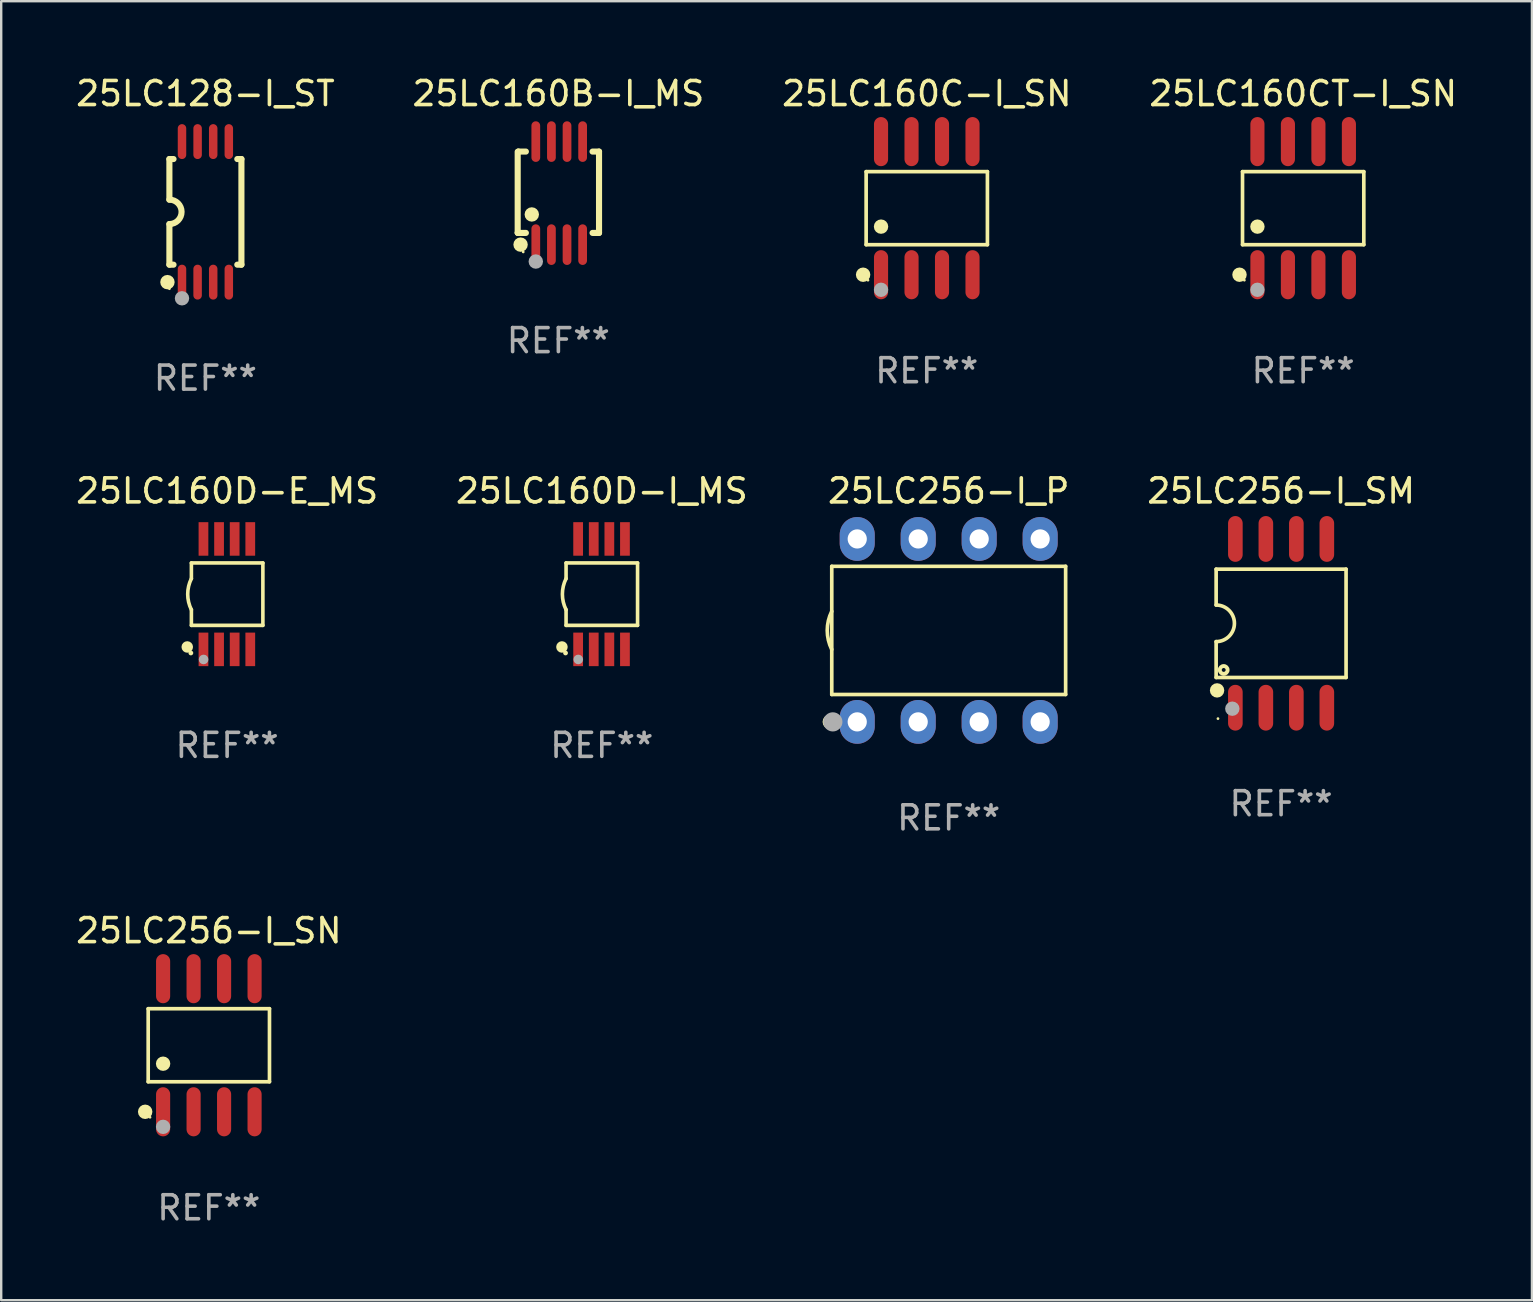
<source format=kicad_pcb>
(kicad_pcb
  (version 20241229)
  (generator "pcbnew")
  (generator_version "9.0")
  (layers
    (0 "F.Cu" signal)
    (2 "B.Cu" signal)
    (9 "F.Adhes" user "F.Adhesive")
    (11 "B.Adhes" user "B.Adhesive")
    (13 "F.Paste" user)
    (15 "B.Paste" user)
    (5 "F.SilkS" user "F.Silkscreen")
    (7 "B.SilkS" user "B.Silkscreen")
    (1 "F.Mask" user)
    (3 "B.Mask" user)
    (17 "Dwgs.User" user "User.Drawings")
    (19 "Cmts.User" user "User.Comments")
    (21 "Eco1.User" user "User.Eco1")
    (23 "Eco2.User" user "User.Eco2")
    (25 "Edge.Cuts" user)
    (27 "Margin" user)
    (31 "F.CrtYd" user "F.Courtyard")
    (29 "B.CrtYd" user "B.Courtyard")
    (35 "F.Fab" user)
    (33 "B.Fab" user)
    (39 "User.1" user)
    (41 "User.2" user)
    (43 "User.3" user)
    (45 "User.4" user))
  (footprint "25LC256-I_SM"
    (layer "F.Cu")
    (at 50.313 22.914)
    (property "Reference" "25LC256-I_SM" (at 0 -5.515 0) (layer "F.SilkS") (effects (font (size 1 1) (thickness 0.15))))
    (attr through_hole)
    (fp_line (start -2.706 -2.256) (end 2.706 -2.256) (stroke (width 0.152) (type solid)) (layer "F.SilkS"))
    (fp_line (start -2.706 -0.762) (end -2.706 -2.256) (stroke (width 0.152) (type solid)) (layer "F.SilkS"))
    (fp_line (start -2.706 0.762) (end -2.706 2.256) (stroke (width 0.152) (type solid)) (layer "F.SilkS"))
    (fp_line (start 2.706 -2.256) (end 2.706 2.256) (stroke (width 0.152) (type solid)) (layer "F.SilkS"))
    (fp_line (start 2.706 2.256) (end -2.706 2.256) (stroke (width 0.152) (type solid)) (layer "F.SilkS"))
    (fp_arc (start -2.706198 -0.762002) (mid -1.944196 0) (end -2.706198 0.762002) (stroke (width 0.151994) (type solid)) (layer "F.SilkS"))
    (fp_circle (center -2.667 2.794) (end -2.517 2.794) (stroke (width 0.3) (type solid)) (fill no) (layer "F.SilkS"))
    (fp_circle (center -2.63 3.97) (end -2.6 3.97) (stroke (width 0.06) (type solid)) (fill no) (layer "F.SilkS"))
    (fp_circle (center -2.391 1.942) (end -2.31 1.942) (stroke (width 0.163) (type solid)) (fill no) (layer "F.SilkS"))
    (fp_circle (center -2.032 3.556) (end -1.882 3.556) (stroke (width 0.3) (type solid)) (fill no) (layer "F.Fab"))
    (fp_text user "REF**" (at 0 7.515 0) (layer "F.Fab") (effects (font (size 1 1) (thickness 0.15))))
    (pad "1" smd oval (at -1.905 3.515) (size 0.609 1.907) (layers "F.Cu" "F.Mask" "F.Paste"))
    (pad "2" smd oval (at -0.635 3.515) (size 0.609 1.907) (layers "F.Cu" "F.Mask" "F.Paste"))
    (pad "3" smd oval (at 0.635 3.515) (size 0.609 1.907) (layers "F.Cu" "F.Mask" "F.Paste"))
    (pad "4" smd oval (at 1.905 3.515) (size 0.609 1.907) (layers "F.Cu" "F.Mask" "F.Paste"))
    (pad "5" smd oval (at 1.905 -3.515) (size 0.609 1.907) (layers "F.Cu" "F.Mask" "F.Paste"))
    (pad "6" smd oval (at 0.635 -3.515) (size 0.609 1.907) (layers "F.Cu" "F.Mask" "F.Paste"))
    (pad "7" smd oval (at -0.635 -3.515) (size 0.609 1.907) (layers "F.Cu" "F.Mask" "F.Paste"))
    (pad "8" smd oval (at -1.905 -3.515) (size 0.609 1.907) (layers "F.Cu" "F.Mask" "F.Paste")))
  (footprint "25LC128-I_ST"
    (layer "F.Cu")
    (at 5.506 5.775)
    (property "Reference" "25LC128-I_ST" (at 0 -4.927 0) (layer "F.SilkS") (effects (font (size 1 1) (thickness 0.15))))
    (attr through_hole)
    (fp_line (start -1.5 -2.2) (end -1.5 -0.508) (stroke (width 0.254) (type solid)) (layer "F.SilkS"))
    (fp_line (start -1.5 -2.2) (end -1.328 -2.2) (stroke (width 0.254) (type solid)) (layer "F.SilkS"))
    (fp_line (start -1.5 2.2) (end -1.5 0.508) (stroke (width 0.254) (type solid)) (layer "F.SilkS"))
    (fp_line (start -1.5 2.2) (end -1.328 2.2) (stroke (width 0.254) (type solid)) (layer "F.SilkS"))
    (fp_line (start 1.328 -2.2) (end 1.5 -2.2) (stroke (width 0.254) (type solid)) (layer "F.SilkS"))
    (fp_line (start 1.328 2.2) (end 1.5 2.2) (stroke (width 0.254) (type solid)) (layer "F.SilkS"))
    (fp_line (start 1.5 -2.2) (end 1.5 2.2) (stroke (width 0.254) (type solid)) (layer "F.SilkS"))
    (fp_arc (start -1.501144 -0.508) (mid -0.993143 -0.000571) (end -1.5 0.508001) (stroke (width 0.254001) (type solid)) (layer "F.SilkS"))
    (fp_circle (center -1.581 2.927) (end -1.431 2.927) (stroke (width 0.3) (type solid)) (fill no) (layer "F.SilkS"))
    (fp_circle (center -1.5 3.2) (end -1.47 3.2) (stroke (width 0.06) (type solid)) (fill no) (layer "F.SilkS"))
    (fp_circle (center -0.975 3.6) (end -0.825 3.6) (stroke (width 0.3) (type solid)) (fill no) (layer "F.Fab"))
    (fp_text user "REF**" (at 0 6.927 0) (layer "F.Fab") (effects (font (size 1 1) (thickness 0.15))))
    (pad "1" smd oval (at -0.975 2.927) (size 0.353 1.454) (layers "F.Cu" "F.Mask" "F.Paste"))
    (pad "2" smd oval (at -0.325 2.927) (size 0.353 1.454) (layers "F.Cu" "F.Mask" "F.Paste"))
    (pad "3" smd oval (at 0.325 2.927) (size 0.353 1.454) (layers "F.Cu" "F.Mask" "F.Paste"))
    (pad "4" smd oval (at 0.975 2.927) (size 0.353 1.454) (layers "F.Cu" "F.Mask" "F.Paste"))
    (pad "5" smd oval (at 0.975 -2.927) (size 0.353 1.454) (layers "F.Cu" "F.Mask" "F.Paste"))
    (pad "6" smd oval (at 0.325 -2.927) (size 0.353 1.454) (layers "F.Cu" "F.Mask" "F.Paste"))
    (pad "7" smd oval (at -0.325 -2.927) (size 0.353 1.454) (layers "F.Cu" "F.Mask" "F.Paste"))
    (pad "8" smd oval (at -0.975 -2.927) (size 0.353 1.454) (layers "F.Cu" "F.Mask" "F.Paste")))
  (footprint "25LC256-I_SN"
    (layer "F.Cu")
    (at 5.649 40.488)
    (property "Reference" "25LC256-I_SN" (at 0 -4.772 0) (layer "F.SilkS") (effects (font (size 1 1) (thickness 0.15))))
    (attr through_hole)
    (fp_line (start -2.526 -1.521) (end 2.526 -1.521) (stroke (width 0.152) (type solid)) (layer "F.SilkS"))
    (fp_line (start -2.526 1.521) (end -2.526 -1.521) (stroke (width 0.152) (type solid)) (layer "F.SilkS"))
    (fp_line (start 2.526 -1.521) (end 2.526 1.521) (stroke (width 0.152) (type solid)) (layer "F.SilkS"))
    (fp_line (start 2.526 1.521) (end -2.526 1.521) (stroke (width 0.152) (type solid)) (layer "F.SilkS"))
    (fp_circle (center -2.652 2.772) (end -2.501 2.772) (stroke (width 0.3) (type solid)) (fill no) (layer "F.SilkS"))
    (fp_circle (center -2.45 3) (end -2.42 3) (stroke (width 0.06) (type solid)) (fill no) (layer "F.SilkS"))
    (fp_circle (center -1.905 0.769) (end -1.755 0.769) (stroke (width 0.3) (type solid)) (fill no) (layer "F.SilkS"))
    (fp_circle (center -1.905 3.4) (end -1.755 3.4) (stroke (width 0.3) (type solid)) (fill no) (layer "F.Fab"))
    (fp_text user "REF**" (at 0 6.772 0) (layer "F.Fab") (effects (font (size 1 1) (thickness 0.15))))
    (pad "1" smd oval (at -1.905 2.772) (size 0.588 2.045) (layers "F.Cu" "F.Mask" "F.Paste"))
    (pad "2" smd oval (at -0.635 2.772) (size 0.588 2.045) (layers "F.Cu" "F.Mask" "F.Paste"))
    (pad "3" smd oval (at 0.635 2.772) (size 0.588 2.045) (layers "F.Cu" "F.Mask" "F.Paste"))
    (pad "4" smd oval (at 1.905 2.772) (size 0.588 2.045) (layers "F.Cu" "F.Mask" "F.Paste"))
    (pad "5" smd oval (at 1.905 -2.772) (size 0.588 2.045) (layers "F.Cu" "F.Mask" "F.Paste"))
    (pad "6" smd oval (at 0.635 -2.772) (size 0.588 2.045) (layers "F.Cu" "F.Mask" "F.Paste"))
    (pad "7" smd oval (at -0.635 -2.772) (size 0.588 2.045) (layers "F.Cu" "F.Mask" "F.Paste"))
    (pad "8" smd oval (at -1.905 -2.772) (size 0.588 2.045) (layers "F.Cu" "F.Mask" "F.Paste")))
  (footprint "25LC256-I_P"
    (layer "F.Cu")
    (at 36.467 23.209)
    (property "Reference" "25LC256-I_P" (at 0 -5.81 0) (layer "F.SilkS") (effects (font (size 1 1) (thickness 0.15))))
    (attr through_hole)
    (fp_line (start -4.871 -2.669) (end 4.871 -2.669) (stroke (width 0.152) (type solid)) (layer "F.SilkS"))
    (fp_line (start -4.871 2.669) (end -4.871 -2.669) (stroke (width 0.152) (type solid)) (layer "F.SilkS"))
    (fp_line (start 4.871 -2.669) (end 4.871 2.669) (stroke (width 0.152) (type solid)) (layer "F.SilkS"))
    (fp_line (start 4.871 2.669) (end -4.871 2.669) (stroke (width 0.152) (type solid)) (layer "F.SilkS"))
    (fp_arc (start -4.871222 0.793751) (mid -5.058601 0) (end -4.871222 -0.793752) (stroke (width 0.1524) (type solid)) (layer "F.SilkS"))
    (fp_circle (center -4.953 3.81) (end -4.803 3.81) (stroke (width 0.3) (type solid)) (fill no) (layer "F.SilkS"))
    (fp_circle (center -4.795 3.935) (end -4.765 3.935) (stroke (width 0.06) (type solid)) (fill no) (layer "F.SilkS"))
    (fp_circle (center -4.826 3.81) (end -4.626 3.81) (stroke (width 0.4) (type solid)) (fill no) (layer "F.Fab"))
    (fp_text user "REF**" (at 0 7.81 0) (layer "F.Fab") (effects (font (size 1 1) (thickness 0.15))))
    (pad "1" thru_hole oval (at -3.81 3.81) (size 1.46 1.825) (drill 0.8) (layers "*.Cu" "*.Mask"))
    (pad "2" thru_hole oval (at -1.27 3.81) (size 1.46 1.825) (drill 0.8) (layers "*.Cu" "*.Mask"))
    (pad "3" thru_hole oval (at 1.27 3.81) (size 1.46 1.825) (drill 0.8) (layers "*.Cu" "*.Mask"))
    (pad "4" thru_hole oval (at 3.81 3.81) (size 1.46 1.825) (drill 0.8) (layers "*.Cu" "*.Mask"))
    (pad "5" thru_hole oval (at 3.81 -3.81) (size 1.46 1.825) (drill 0.8) (layers "*.Cu" "*.Mask"))
    (pad "6" thru_hole oval (at 1.27 -3.81) (size 1.46 1.825) (drill 0.8) (layers "*.Cu" "*.Mask"))
    (pad "7" thru_hole oval (at -1.27 -3.81) (size 1.46 1.825) (drill 0.8) (layers "*.Cu" "*.Mask"))
    (pad "8" thru_hole oval (at -3.81 -3.81) (size 1.46 1.825) (drill 0.8) (layers "*.Cu" "*.Mask")))
  (footprint "25LC160B-I_MS"
    (layer "F.Cu")
    (at 20.208 4.994)
    (property "Reference" "25LC160B-I_MS" (at 0 -4.146 0) (layer "F.SilkS") (effects (font (size 1 1) (thickness 0.15))))
    (attr through_hole)
    (fp_line (start -1.694 -1.724) (end -1.694 1.652) (stroke (width 0.254) (type solid)) (layer "F.SilkS"))
    (fp_line (start -1.694 1.652) (end -1.688 1.658) (stroke (width 0.254) (type solid)) (layer "F.SilkS"))
    (fp_line (start -1.688 1.658) (end -1.353 1.658) (stroke (width 0.254) (type solid)) (layer "F.SilkS"))
    (fp_line (start -1.661 -1.73) (end -1.681 -1.71) (stroke (width 0.254) (type solid)) (layer "F.SilkS"))
    (fp_line (start -1.353 -1.73) (end -1.661 -1.73) (stroke (width 0.254) (type solid)) (layer "F.SilkS"))
    (fp_line (start 1.424 1.658) (end 1.694 1.658) (stroke (width 0.254) (type solid)) (layer "F.SilkS"))
    (fp_line (start 1.694 -1.73) (end 1.424 -1.73) (stroke (width 0.254) (type solid)) (layer "F.SilkS"))
    (fp_line (start 1.694 1.658) (end 1.694 -1.73) (stroke (width 0.254) (type solid)) (layer "F.SilkS"))
    (fp_circle (center -1.574 2.146) (end -1.424 2.146) (stroke (width 0.3) (type solid)) (fill no) (layer "F.SilkS"))
    (fp_circle (center -1.464 2.45) (end -1.434 2.45) (stroke (width 0.06) (type solid)) (fill no) (layer "F.SilkS"))
    (fp_circle (center -1.107 0.889) (end -0.957 0.889) (stroke (width 0.3) (type solid)) (fill no) (layer "F.SilkS"))
    (fp_circle (center -0.94 2.85) (end -0.789 2.85) (stroke (width 0.3) (type solid)) (fill no) (layer "F.Fab"))
    (fp_text user "REF**" (at 0 6.146 0) (layer "F.Fab") (effects (font (size 1 1) (thickness 0.15))))
    (pad "1" smd oval (at -0.94 2.146) (size 0.364 1.692) (layers "F.Cu" "F.Mask" "F.Paste"))
    (pad "2" smd oval (at -0.289 2.146) (size 0.364 1.692) (layers "F.Cu" "F.Mask" "F.Paste"))
    (pad "3" smd oval (at 0.361 2.146) (size 0.364 1.692) (layers "F.Cu" "F.Mask" "F.Paste"))
    (pad "4" smd oval (at 1.011 2.146) (size 0.364 1.692) (layers "F.Cu" "F.Mask" "F.Paste"))
    (pad "5" smd oval (at 1.011 -2.146) (size 0.364 1.692) (layers "F.Cu" "F.Mask" "F.Paste"))
    (pad "6" smd oval (at 0.361 -2.146) (size 0.364 1.692) (layers "F.Cu" "F.Mask" "F.Paste"))
    (pad "7" smd oval (at -0.289 -2.146) (size 0.364 1.692) (layers "F.Cu" "F.Mask" "F.Paste"))
    (pad "8" smd oval (at -0.94 -2.146) (size 0.364 1.692) (layers "F.Cu" "F.Mask" "F.Paste")))
  (footprint "25LC160C-I_SN"
    (layer "F.Cu")
    (at 35.554 5.621)
    (property "Reference" "25LC160C-I_SN" (at 0 -4.772 0) (layer "F.SilkS") (effects (font (size 1 1) (thickness 0.15))))
    (attr through_hole)
    (fp_line (start -2.526 -1.521) (end 2.526 -1.521) (stroke (width 0.152) (type solid)) (layer "F.SilkS"))
    (fp_line (start -2.526 1.521) (end -2.526 -1.521) (stroke (width 0.152) (type solid)) (layer "F.SilkS"))
    (fp_line (start 2.526 -1.521) (end 2.526 1.521) (stroke (width 0.152) (type solid)) (layer "F.SilkS"))
    (fp_line (start 2.526 1.521) (end -2.526 1.521) (stroke (width 0.152) (type solid)) (layer "F.SilkS"))
    (fp_circle (center -2.652 2.772) (end -2.501 2.772) (stroke (width 0.3) (type solid)) (fill no) (layer "F.SilkS"))
    (fp_circle (center -2.45 3) (end -2.42 3) (stroke (width 0.06) (type solid)) (fill no) (layer "F.SilkS"))
    (fp_circle (center -1.905 0.769) (end -1.755 0.769) (stroke (width 0.3) (type solid)) (fill no) (layer "F.SilkS"))
    (fp_circle (center -1.905 3.4) (end -1.755 3.4) (stroke (width 0.3) (type solid)) (fill no) (layer "F.Fab"))
    (fp_text user "REF**" (at 0 6.772 0) (layer "F.Fab") (effects (font (size 1 1) (thickness 0.15))))
    (pad "1" smd oval (at -1.905 2.772) (size 0.588 2.045) (layers "F.Cu" "F.Mask" "F.Paste"))
    (pad "2" smd oval (at -0.635 2.772) (size 0.588 2.045) (layers "F.Cu" "F.Mask" "F.Paste"))
    (pad "3" smd oval (at 0.635 2.772) (size 0.588 2.045) (layers "F.Cu" "F.Mask" "F.Paste"))
    (pad "4" smd oval (at 1.905 2.772) (size 0.588 2.045) (layers "F.Cu" "F.Mask" "F.Paste"))
    (pad "5" smd oval (at 1.905 -2.772) (size 0.588 2.045) (layers "F.Cu" "F.Mask" "F.Paste"))
    (pad "6" smd oval (at 0.635 -2.772) (size 0.588 2.045) (layers "F.Cu" "F.Mask" "F.Paste"))
    (pad "7" smd oval (at -0.635 -2.772) (size 0.588 2.045) (layers "F.Cu" "F.Mask" "F.Paste"))
    (pad "8" smd oval (at -1.905 -2.772) (size 0.588 2.045) (layers "F.Cu" "F.Mask" "F.Paste")))
  (footprint "25LC160CT-I_SN"
    (layer "F.Cu")
    (at 51.232 5.621)
    (property "Reference" "25LC160CT-I_SN" (at 0 -4.772 0) (layer "F.SilkS") (effects (font (size 1 1) (thickness 0.15))))
    (attr through_hole)
    (fp_line (start -2.526 -1.521) (end 2.526 -1.521) (stroke (width 0.152) (type solid)) (layer "F.SilkS"))
    (fp_line (start -2.526 1.521) (end -2.526 -1.521) (stroke (width 0.152) (type solid)) (layer "F.SilkS"))
    (fp_line (start 2.526 -1.521) (end 2.526 1.521) (stroke (width 0.152) (type solid)) (layer "F.SilkS"))
    (fp_line (start 2.526 1.521) (end -2.526 1.521) (stroke (width 0.152) (type solid)) (layer "F.SilkS"))
    (fp_circle (center -2.652 2.772) (end -2.501 2.772) (stroke (width 0.3) (type solid)) (fill no) (layer "F.SilkS"))
    (fp_circle (center -2.45 3) (end -2.42 3) (stroke (width 0.06) (type solid)) (fill no) (layer "F.SilkS"))
    (fp_circle (center -1.905 0.769) (end -1.755 0.769) (stroke (width 0.3) (type solid)) (fill no) (layer "F.SilkS"))
    (fp_circle (center -1.905 3.4) (end -1.755 3.4) (stroke (width 0.3) (type solid)) (fill no) (layer "F.Fab"))
    (fp_text user "REF**" (at 0 6.772 0) (layer "F.Fab") (effects (font (size 1 1) (thickness 0.15))))
    (pad "1" smd oval (at -1.905 2.772) (size 0.588 2.045) (layers "F.Cu" "F.Mask" "F.Paste"))
    (pad "2" smd oval (at -0.635 2.772) (size 0.588 2.045) (layers "F.Cu" "F.Mask" "F.Paste"))
    (pad "3" smd oval (at 0.635 2.772) (size 0.588 2.045) (layers "F.Cu" "F.Mask" "F.Paste"))
    (pad "4" smd oval (at 1.905 2.772) (size 0.588 2.045) (layers "F.Cu" "F.Mask" "F.Paste"))
    (pad "5" smd oval (at 1.905 -2.772) (size 0.588 2.045) (layers "F.Cu" "F.Mask" "F.Paste"))
    (pad "6" smd oval (at 0.635 -2.772) (size 0.588 2.045) (layers "F.Cu" "F.Mask" "F.Paste"))
    (pad "7" smd oval (at -0.635 -2.772) (size 0.588 2.045) (layers "F.Cu" "F.Mask" "F.Paste"))
    (pad "8" smd oval (at -1.905 -2.772) (size 0.588 2.045) (layers "F.Cu" "F.Mask" "F.Paste")))
  (footprint "25LC160D-E_MS"
    (layer "F.Cu")
    (at 6.411 21.699)
    (property "Reference" "25LC160D-E_MS" (at 0 -4.3 0) (layer "F.SilkS") (effects (font (size 1 1) (thickness 0.15))))
    (attr through_hole)
    (fp_line (start -1.489 -1.3) (end -1.489 -0.648) (stroke (width 0.15) (type solid)) (layer "F.SilkS"))
    (fp_line (start -1.489 0.648) (end -1.489 1.3) (stroke (width 0.15) (type solid)) (layer "F.SilkS"))
    (fp_line (start -1.489 1.3) (end 1.489 1.3) (stroke (width 0.15) (type solid)) (layer "F.SilkS"))
    (fp_line (start 1.489 -1.3) (end -1.489 -1.3) (stroke (width 0.15) (type solid)) (layer "F.SilkS"))
    (fp_line (start 1.489 1.3) (end 1.489 -1.3) (stroke (width 0.15) (type solid)) (layer "F.SilkS"))
    (fp_arc (start -1.489205 0.647702) (mid -1.642107 0) (end -1.489205 -0.647701) (stroke (width 0.150013) (type solid)) (layer "F.SilkS"))
    (fp_circle (center -1.661 2.2) (end -1.541 2.2) (stroke (width 0.24) (type solid)) (fill no) (layer "F.SilkS"))
    (fp_circle (center -1.511 2.45) (end -1.461 2.45) (stroke (width 0.1) (type solid)) (fill no) (layer "F.SilkS"))
    (fp_circle (center -0.981 2.72) (end -0.881 2.72) (stroke (width 0.2) (type solid)) (fill no) (layer "F.Fab"))
    (fp_text user "REF**" (at 0 6.3 0) (layer "F.Fab") (effects (font (size 1 1) (thickness 0.15))))
    (pad "1" smd rect (at -0.986 2.3) (size 0.406 1.397) (layers "F.Cu" "F.Mask" "F.Paste"))
    (pad "2" smd rect (at -0.336 2.3) (size 0.406 1.397) (layers "F.Cu" "F.Mask" "F.Paste"))
    (pad "3" smd rect (at 0.314 2.3) (size 0.406 1.397) (layers "F.Cu" "F.Mask" "F.Paste"))
    (pad "4" smd rect (at 0.964 2.3) (size 0.406 1.397) (layers "F.Cu" "F.Mask" "F.Paste"))
    (pad "5" smd rect (at 0.964 -2.3) (size 0.406 1.397) (layers "F.Cu" "F.Mask" "F.Paste"))
    (pad "6" smd rect (at 0.314 -2.3) (size 0.406 1.397) (layers "F.Cu" "F.Mask" "F.Paste"))
    (pad "7" smd rect (at -0.336 -2.3) (size 0.406 1.397) (layers "F.Cu" "F.Mask" "F.Paste"))
    (pad "8" smd rect (at -0.986 -2.3) (size 0.406 1.397) (layers "F.Cu" "F.Mask" "F.Paste")))
  (footprint "25LC160D-I_MS"
    (layer "F.Cu")
    (at 22.018 21.699)
    (property "Reference" "25LC160D-I_MS" (at 0 -4.3 0) (layer "F.SilkS") (effects (font (size 1 1) (thickness 0.15))))
    (attr through_hole)
    (fp_line (start -1.489 -1.3) (end -1.489 -0.648) (stroke (width 0.15) (type solid)) (layer "F.SilkS"))
    (fp_line (start -1.489 0.648) (end -1.489 1.3) (stroke (width 0.15) (type solid)) (layer "F.SilkS"))
    (fp_line (start -1.489 1.3) (end 1.489 1.3) (stroke (width 0.15) (type solid)) (layer "F.SilkS"))
    (fp_line (start 1.489 -1.3) (end -1.489 -1.3) (stroke (width 0.15) (type solid)) (layer "F.SilkS"))
    (fp_line (start 1.489 1.3) (end 1.489 -1.3) (stroke (width 0.15) (type solid)) (layer "F.SilkS"))
    (fp_arc (start -1.489205 0.647702) (mid -1.642107 0) (end -1.489205 -0.647701) (stroke (width 0.150013) (type solid)) (layer "F.SilkS"))
    (fp_circle (center -1.661 2.2) (end -1.541 2.2) (stroke (width 0.24) (type solid)) (fill no) (layer "F.SilkS"))
    (fp_circle (center -1.511 2.45) (end -1.461 2.45) (stroke (width 0.1) (type solid)) (fill no) (layer "F.SilkS"))
    (fp_circle (center -0.981 2.72) (end -0.881 2.72) (stroke (width 0.2) (type solid)) (fill no) (layer "F.Fab"))
    (fp_text user "REF**" (at 0 6.3 0) (layer "F.Fab") (effects (font (size 1 1) (thickness 0.15))))
    (pad "1" smd rect (at -0.986 2.3) (size 0.406 1.397) (layers "F.Cu" "F.Mask" "F.Paste"))
    (pad "2" smd rect (at -0.336 2.3) (size 0.406 1.397) (layers "F.Cu" "F.Mask" "F.Paste"))
    (pad "3" smd rect (at 0.314 2.3) (size 0.406 1.397) (layers "F.Cu" "F.Mask" "F.Paste"))
    (pad "4" smd rect (at 0.964 2.3) (size 0.406 1.397) (layers "F.Cu" "F.Mask" "F.Paste"))
    (pad "5" smd rect (at 0.964 -2.3) (size 0.406 1.397) (layers "F.Cu" "F.Mask" "F.Paste"))
    (pad "6" smd rect (at 0.314 -2.3) (size 0.406 1.397) (layers "F.Cu" "F.Mask" "F.Paste"))
    (pad "7" smd rect (at -0.336 -2.3) (size 0.406 1.397) (layers "F.Cu" "F.Mask" "F.Paste"))
    (pad "8" smd rect (at -0.986 -2.3) (size 0.406 1.397) (layers "F.Cu" "F.Mask" "F.Paste")))
  (gr_rect
    (start -3 -3)
    (end 60.762 51.109)
    (stroke (width 0.1) (type default))
    (fill no)
    (layer "Edge.Cuts")))
</source>
